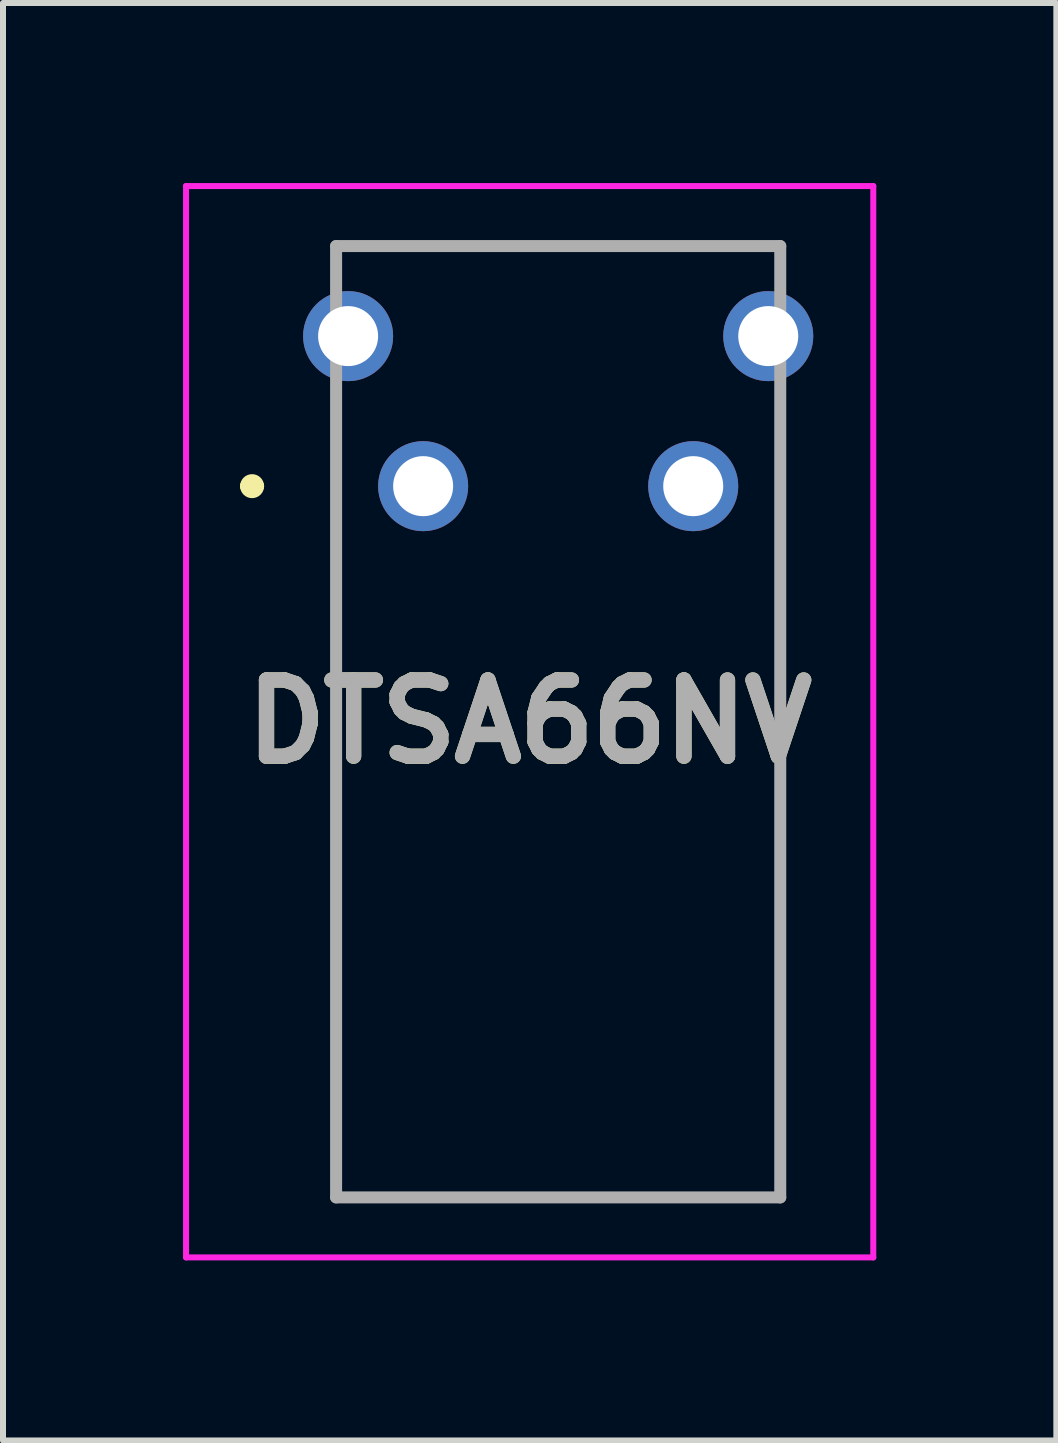
<source format=kicad_pcb>
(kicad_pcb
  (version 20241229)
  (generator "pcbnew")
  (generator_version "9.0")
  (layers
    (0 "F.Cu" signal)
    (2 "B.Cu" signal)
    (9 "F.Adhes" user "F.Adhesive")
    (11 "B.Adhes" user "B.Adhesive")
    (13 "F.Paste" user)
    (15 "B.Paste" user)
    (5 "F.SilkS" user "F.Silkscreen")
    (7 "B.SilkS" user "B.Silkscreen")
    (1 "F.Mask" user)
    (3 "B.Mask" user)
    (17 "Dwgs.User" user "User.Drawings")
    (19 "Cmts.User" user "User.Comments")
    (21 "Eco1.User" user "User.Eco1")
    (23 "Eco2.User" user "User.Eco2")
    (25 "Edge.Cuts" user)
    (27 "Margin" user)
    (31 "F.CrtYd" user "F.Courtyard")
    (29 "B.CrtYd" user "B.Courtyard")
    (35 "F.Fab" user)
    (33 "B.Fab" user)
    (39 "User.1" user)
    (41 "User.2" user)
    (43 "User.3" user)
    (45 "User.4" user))
  (footprint "DTSA66NV"
    (layer "F.Cu")
    (at 4 5.05)
    (property "Reference" "DTSA66NV" (at 1.775 3.925 0) (layer "F.SilkS") (effects (font (size 1.27 1.27) (thickness 0.254))))
    (attr through_hole)
    (fp_line (start -2.95 0) (end -2.95 0) (stroke (width 0.2) (type solid)) (layer "F.SilkS"))
    (fp_line (start -2.75 0) (end -2.75 0) (stroke (width 0.2) (type solid)) (layer "F.SilkS"))
    (fp_line (start -1.45 1.385) (end -1.45 11.85) (stroke (width 0.1) (type solid)) (layer "F.SilkS"))
    (fp_line (start -1.45 11.85) (end 5.95 11.85) (stroke (width 0.1) (type solid)) (layer "F.SilkS"))
    (fp_line (start -1.25 -4) (end 5.95 -4) (stroke (width 0.1) (type solid)) (layer "F.SilkS"))
    (fp_line (start 5.95 11.85) (end 5.95 1.385) (stroke (width 0.1) (type solid)) (layer "F.SilkS"))
    (fp_arc (start -2.95 0) (mid -2.85 -0.1) (end -2.75 0) (stroke (width 0.2) (type solid)) (layer "F.SilkS"))
    (fp_arc (start -2.75 0) (mid -2.85 0.1) (end -2.95 0) (stroke (width 0.2) (type solid)) (layer "F.SilkS"))
    (fp_line (start -3.95 -5) (end 7.5 -5) (stroke (width 0.1) (type solid)) (layer "F.CrtYd"))
    (fp_line (start -3.95 12.85) (end -3.95 -5) (stroke (width 0.1) (type solid)) (layer "F.CrtYd"))
    (fp_line (start 7.5 -5) (end 7.5 12.85) (stroke (width 0.1) (type solid)) (layer "F.CrtYd"))
    (fp_line (start 7.5 12.85) (end -3.95 12.85) (stroke (width 0.1) (type solid)) (layer "F.CrtYd"))
    (fp_line (start -1.45 -4) (end 5.95 -4) (stroke (width 0.2) (type solid)) (layer "F.Fab"))
    (fp_line (start -1.45 11.85) (end -1.45 -4) (stroke (width 0.2) (type solid)) (layer "F.Fab"))
    (fp_line (start 5.95 -4) (end 5.95 11.85) (stroke (width 0.2) (type solid)) (layer "F.Fab"))
    (fp_line (start 5.95 11.85) (end -1.45 11.85) (stroke (width 0.2) (type solid)) (layer "F.Fab"))
    (fp_text user "${REFERENCE}" (at 1.775 3.925 0) (layer "F.Fab") (effects (font (size 1.27 1.27) (thickness 0.254))))
    (pad "1" thru_hole circle (at 0 0) (size 1.5 1.5) (drill 1) (layers "*.Cu" "*.Mask"))
    (pad "2" thru_hole circle (at 4.5 0) (size 1.5 1.5) (drill 1) (layers "*.Cu" "*.Mask"))
    (pad "3" thru_hole circle (at -1.25 -2.5) (size 1.5 1.5) (drill 1) (layers "*.Cu" "*.Mask"))
    (pad "4" thru_hole circle (at 5.75 -2.5) (size 1.5 1.5) (drill 1) (layers "*.Cu" "*.Mask")))
  (gr_rect
    (start -3 -3)
    (end 14.55 20.95)
    (stroke (width 0.1) (type default))
    (fill no)
    (layer "Edge.Cuts")))
</source>
